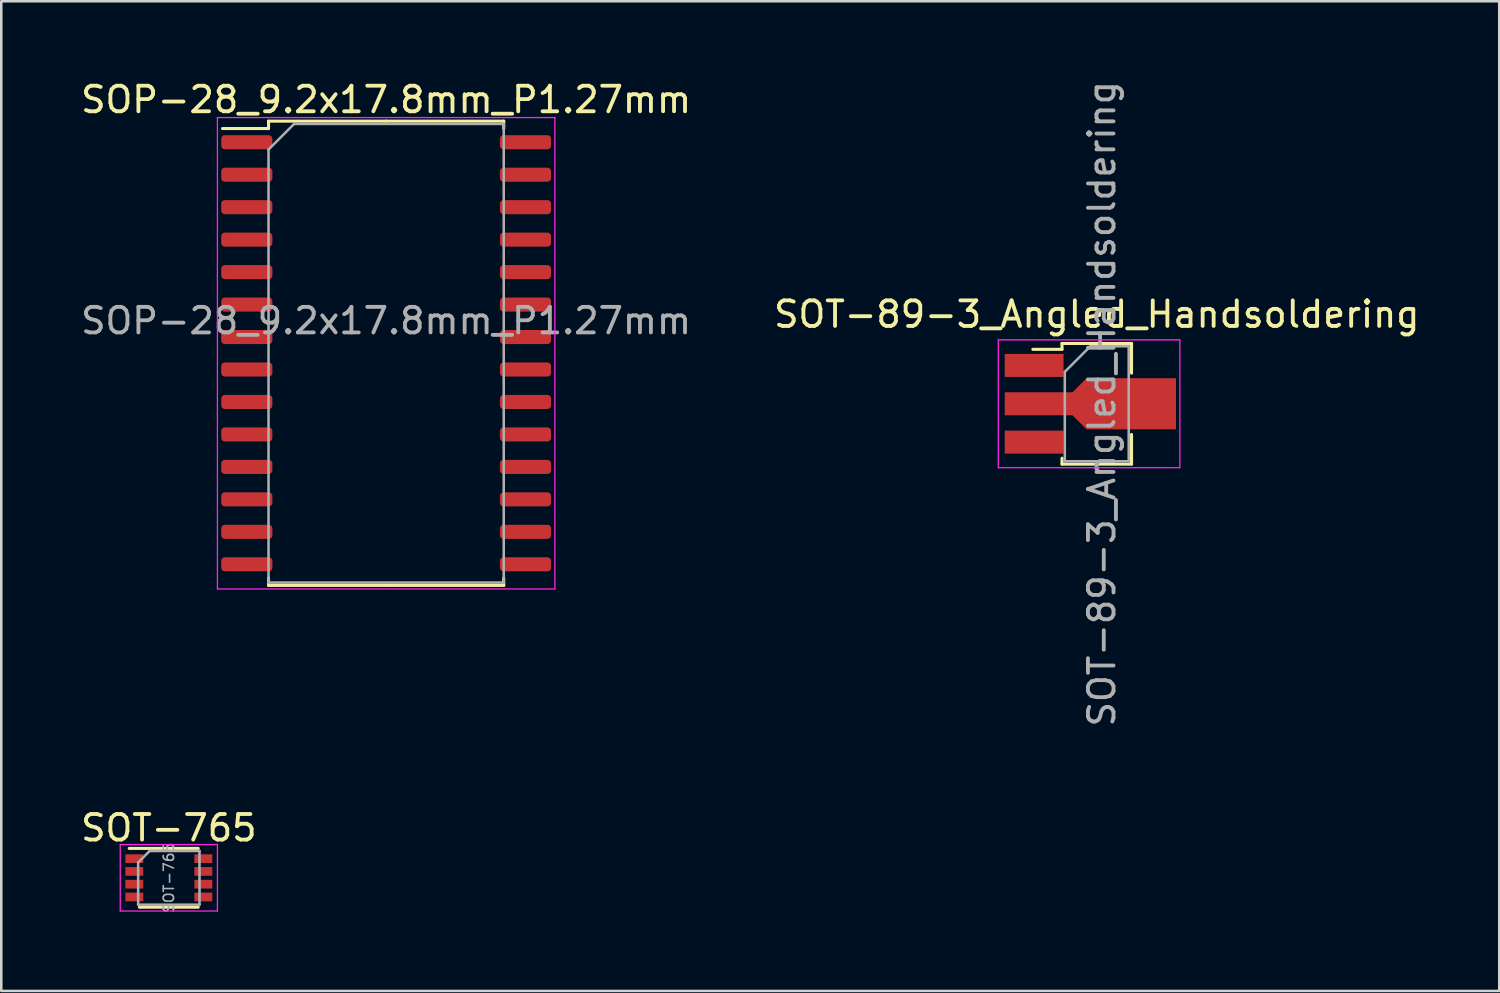
<source format=kicad_pcb>
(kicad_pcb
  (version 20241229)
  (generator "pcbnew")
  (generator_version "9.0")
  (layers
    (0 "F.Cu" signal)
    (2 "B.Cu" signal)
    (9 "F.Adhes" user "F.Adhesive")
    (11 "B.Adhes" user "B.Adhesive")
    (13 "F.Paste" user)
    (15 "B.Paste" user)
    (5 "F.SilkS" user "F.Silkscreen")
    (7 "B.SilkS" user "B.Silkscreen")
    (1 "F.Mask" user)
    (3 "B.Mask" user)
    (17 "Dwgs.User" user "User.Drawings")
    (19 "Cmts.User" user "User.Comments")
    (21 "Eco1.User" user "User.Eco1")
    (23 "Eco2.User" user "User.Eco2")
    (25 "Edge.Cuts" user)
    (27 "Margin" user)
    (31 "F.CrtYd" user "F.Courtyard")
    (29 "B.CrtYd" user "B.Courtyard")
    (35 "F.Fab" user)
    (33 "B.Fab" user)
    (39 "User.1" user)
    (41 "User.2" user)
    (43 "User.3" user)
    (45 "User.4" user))
  (footprint "SOT-89-3_Angled_Handsoldering"
    (layer "F.Cu")
    (at 39.551 12.744)
    (property "Reference" "SOT-89-3_Angled_Handsoldering" (at 0.3 -3.5 0) (layer "F.SilkS") (effects (font (size 1 1) (thickness 0.15))))
    (attr smd)
    (fp_line (start -2.2 -2.13) (end -1.06 -2.13) (stroke (width 0.12) (type solid)) (layer "F.SilkS"))
    (fp_line (start -1.06 -2.36) (end -1.06 -2.13) (stroke (width 0.12) (type solid)) (layer "F.SilkS"))
    (fp_line (start -1.06 -2.36) (end 1.66 -2.36) (stroke (width 0.12) (type solid)) (layer "F.SilkS"))
    (fp_line (start -1.06 2.36) (end -1.06 2.13) (stroke (width 0.12) (type solid)) (layer "F.SilkS"))
    (fp_line (start 1.66 -2.36) (end 1.66 -1.2) (stroke (width 0.12) (type solid)) (layer "F.SilkS"))
    (fp_line (start 1.66 1.2) (end 1.66 2.36) (stroke (width 0.12) (type solid)) (layer "F.SilkS"))
    (fp_line (start 1.66 2.36) (end -1.06 2.36) (stroke (width 0.12) (type solid)) (layer "F.SilkS"))
    (fp_line (start -3.55 2.5) (end -3.55 -2.5) (stroke (width 0.05) (type solid)) (layer "F.CrtYd"))
    (fp_line (start -3.55 2.5) (end 3.55 2.5) (stroke (width 0.05) (type solid)) (layer "F.CrtYd"))
    (fp_line (start 3.55 -2.5) (end -3.55 -2.5) (stroke (width 0.05) (type solid)) (layer "F.CrtYd"))
    (fp_line (start 3.55 -2.5) (end 3.55 2.5) (stroke (width 0.05) (type solid)) (layer "F.CrtYd"))
    (fp_line (start -0.95 -1.25) (end 0.05 -2.25) (stroke (width 0.1) (type solid)) (layer "F.Fab"))
    (fp_line (start -0.95 2.25) (end -0.95 -1.25) (stroke (width 0.1) (type solid)) (layer "F.Fab"))
    (fp_line (start 0.05 -2.25) (end 1.55 -2.25) (stroke (width 0.1) (type solid)) (layer "F.Fab"))
    (fp_line (start 1.55 -2.25) (end 1.55 2.25) (stroke (width 0.1) (type solid)) (layer "F.Fab"))
    (fp_line (start 1.55 2.25) (end -0.95 2.25) (stroke (width 0.1) (type solid)) (layer "F.Fab"))
    (fp_text user "${REFERENCE}" (at 0.5 0 90) (layer "F.Fab") (effects (font (size 1 1) (thickness 0.15))))
    (pad "1" smd rect (at -2.15 -1.5) (size 2.3 0.9) (layers "F.Cu" "F.Mask" "F.Paste"))
    (pad "2" smd custom (at -0.1 0) (size 2.7 0.9) (layers "F.Cu" "F.Mask" "F.Paste") (options (anchor rect)) (primitives (gr_poly (pts (xy 3.5 1) (xy 0 1) (xy -0.55 0.45) (xy -3.2 0.45) (xy -3.2 -0.45) (xy -0.55 -0.45) (xy 0 -1) (xy 3.5 -1)) (width 0) (fill yes))))
    (pad "3" smd rect (at -2.15 1.5) (size 2.3 0.9) (layers "F.Cu" "F.Mask" "F.Paste")))
  (footprint "SOT-765"
    (layer "F.Cu")
    (at 3.554 31.286)
    (property "Reference" "SOT-765" (at 0 -1.95 0) (layer "F.SilkS") (effects (font (size 1 1) (thickness 0.15))))
    (attr smd)
    (fp_line (start -1.55 -1.15) (end 1.15 -1.15) (stroke (width 0.12) (type solid)) (layer "F.SilkS"))
    (fp_line (start 1.15 1.15) (end -1.15 1.15) (stroke (width 0.12) (type solid)) (layer "F.SilkS"))
    (fp_line (start -1.9 -1.3) (end -1.9 1.3) (stroke (width 0.05) (type solid)) (layer "F.CrtYd"))
    (fp_line (start -1.9 -1.3) (end 1.9 -1.3) (stroke (width 0.05) (type solid)) (layer "F.CrtYd"))
    (fp_line (start 1.9 1.3) (end -1.9 1.3) (stroke (width 0.05) (type solid)) (layer "F.CrtYd"))
    (fp_line (start 1.9 1.3) (end 1.9 -1.3) (stroke (width 0.05) (type solid)) (layer "F.CrtYd"))
    (fp_line (start -1.2 -0.6) (end -1.2 1.05) (stroke (width 0.1) (type solid)) (layer "F.Fab"))
    (fp_line (start -1.2 -0.6) (end -0.75 -1.05) (stroke (width 0.1) (type solid)) (layer "F.Fab"))
    (fp_line (start -1.2 1.05) (end 1.2 1.05) (stroke (width 0.1) (type solid)) (layer "F.Fab"))
    (fp_line (start 1.2 -1.05) (end -0.75 -1.05) (stroke (width 0.1) (type solid)) (layer "F.Fab"))
    (fp_line (start 1.2 1.05) (end 1.2 -1.05) (stroke (width 0.1) (type solid)) (layer "F.Fab"))
    (fp_text user "${REFERENCE}" (at 0 0 90) (layer "F.Fab") (effects (font (size 0.4 0.4) (thickness 0.062))))
    (pad "1" smd rect (at -1.35 -0.75) (size 0.7 0.34) (layers "F.Cu" "F.Mask" "F.Paste"))
    (pad "2" smd rect (at -1.35 -0.25) (size 0.7 0.34) (layers "F.Cu" "F.Mask" "F.Paste"))
    (pad "3" smd rect (at -1.35 0.25) (size 0.7 0.34) (layers "F.Cu" "F.Mask" "F.Paste"))
    (pad "4" smd rect (at -1.35 0.75) (size 0.7 0.34) (layers "F.Cu" "F.Mask" "F.Paste"))
    (pad "5" smd rect (at 1.35 0.75) (size 0.7 0.34) (layers "F.Cu" "F.Mask" "F.Paste"))
    (pad "6" smd rect (at 1.35 0.25) (size 0.7 0.34) (layers "F.Cu" "F.Mask" "F.Paste"))
    (pad "7" smd rect (at 1.35 -0.25) (size 0.7 0.34) (layers "F.Cu" "F.Mask" "F.Paste"))
    (pad "8" smd rect (at 1.35 -0.75) (size 0.7 0.34) (layers "F.Cu" "F.Mask" "F.Paste")))
  (footprint "SOP-28_9.2x17.8mm_P1.27mm"
    (layer "F.Cu")
    (at 12.054 10.768)
    (property "Reference" "SOP-28_9.2x17.8mm_P1.27mm" (at 0 -9.92 0) (layer "F.SilkS") (effects (font (size 1 1) (thickness 0.15))))
    (attr smd)
    (fp_line (start -4.61 -8.79) (end -6.4 -8.79) (stroke (width 0.12) (type solid)) (layer "F.SilkS"))
    (fp_line (start -4.6 -9.08) (end -4.6 -8.79) (stroke (width 0.12) (type solid)) (layer "F.SilkS"))
    (fp_line (start -4.6 9.08) (end -4.6 8.79) (stroke (width 0.12) (type solid)) (layer "F.SilkS"))
    (fp_line (start 0 -9.08) (end -4.6 -9.08) (stroke (width 0.12) (type solid)) (layer "F.SilkS"))
    (fp_line (start 0 -9.08) (end 4.6 -9.08) (stroke (width 0.12) (type solid)) (layer "F.SilkS"))
    (fp_line (start 0 9.08) (end -4.6 9.08) (stroke (width 0.12) (type solid)) (layer "F.SilkS"))
    (fp_line (start 0 9.08) (end 4.6 9.08) (stroke (width 0.12) (type solid)) (layer "F.SilkS"))
    (fp_line (start 4.6 -9.08) (end 4.6 -8.79) (stroke (width 0.12) (type solid)) (layer "F.SilkS"))
    (fp_line (start 4.6 9.08) (end 4.6 8.79) (stroke (width 0.12) (type solid)) (layer "F.SilkS"))
    (fp_line (start -6.6 -9.22) (end -6.6 9.22) (stroke (width 0.05) (type solid)) (layer "F.CrtYd"))
    (fp_line (start -6.6 9.22) (end 6.6 9.22) (stroke (width 0.05) (type solid)) (layer "F.CrtYd"))
    (fp_line (start 6.6 -9.22) (end -6.6 -9.22) (stroke (width 0.05) (type solid)) (layer "F.CrtYd"))
    (fp_line (start 6.6 9.22) (end 6.6 -9.22) (stroke (width 0.05) (type solid)) (layer "F.CrtYd"))
    (fp_line (start -4.6 -7.97) (end -3.6 -8.97) (stroke (width 0.1) (type solid)) (layer "F.Fab"))
    (fp_line (start -4.6 8.97) (end -4.6 -7.97) (stroke (width 0.1) (type solid)) (layer "F.Fab"))
    (fp_line (start -3.6 -8.97) (end 4.6 -8.97) (stroke (width 0.1) (type solid)) (layer "F.Fab"))
    (fp_line (start 4.6 -8.97) (end 4.6 8.97) (stroke (width 0.1) (type solid)) (layer "F.Fab"))
    (fp_line (start 4.6 8.97) (end -4.6 8.97) (stroke (width 0.1) (type solid)) (layer "F.Fab"))
    (fp_text user "${REFERENCE}" (at 0 -1.27 0) (layer "F.Fab") (effects (font (size 1 1) (thickness 0.15))))
    (pad "1" smd roundrect (at -5.45 -8.255) (size 2 0.55) (layers "F.Cu" "F.Mask" "F.Paste") (roundrect_rratio 0.25))
    (pad "2" smd roundrect (at -5.45 -6.985) (size 2 0.55) (layers "F.Cu" "F.Mask" "F.Paste") (roundrect_rratio 0.25))
    (pad "3" smd roundrect (at -5.45 -5.715) (size 2 0.55) (layers "F.Cu" "F.Mask" "F.Paste") (roundrect_rratio 0.25))
    (pad "4" smd roundrect (at -5.45 -4.445) (size 2 0.55) (layers "F.Cu" "F.Mask" "F.Paste") (roundrect_rratio 0.25))
    (pad "5" smd roundrect (at -5.45 -3.175) (size 2 0.55) (layers "F.Cu" "F.Mask" "F.Paste") (roundrect_rratio 0.25))
    (pad "6" smd roundrect (at -5.45 -1.905) (size 2 0.55) (layers "F.Cu" "F.Mask" "F.Paste") (roundrect_rratio 0.25))
    (pad "7" smd roundrect (at -5.45 -0.635) (size 2 0.55) (layers "F.Cu" "F.Mask" "F.Paste") (roundrect_rratio 0.25))
    (pad "8" smd roundrect (at -5.45 0.635) (size 2 0.55) (layers "F.Cu" "F.Mask" "F.Paste") (roundrect_rratio 0.25))
    (pad "9" smd roundrect (at -5.45 1.905) (size 2 0.55) (layers "F.Cu" "F.Mask" "F.Paste") (roundrect_rratio 0.25))
    (pad "10" smd roundrect (at -5.45 3.175) (size 2 0.55) (layers "F.Cu" "F.Mask" "F.Paste") (roundrect_rratio 0.25))
    (pad "11" smd roundrect (at -5.45 4.445) (size 2 0.55) (layers "F.Cu" "F.Mask" "F.Paste") (roundrect_rratio 0.25))
    (pad "12" smd roundrect (at -5.45 5.715) (size 2 0.55) (layers "F.Cu" "F.Mask" "F.Paste") (roundrect_rratio 0.25))
    (pad "13" smd roundrect (at -5.45 6.985) (size 2 0.55) (layers "F.Cu" "F.Mask" "F.Paste") (roundrect_rratio 0.25))
    (pad "14" smd roundrect (at -5.45 8.255) (size 2 0.55) (layers "F.Cu" "F.Mask" "F.Paste") (roundrect_rratio 0.25))
    (pad "15" smd roundrect (at 5.45 8.255) (size 2 0.55) (layers "F.Cu" "F.Mask" "F.Paste") (roundrect_rratio 0.25))
    (pad "16" smd roundrect (at 5.45 6.985) (size 2 0.55) (layers "F.Cu" "F.Mask" "F.Paste") (roundrect_rratio 0.25))
    (pad "17" smd roundrect (at 5.45 5.715) (size 2 0.55) (layers "F.Cu" "F.Mask" "F.Paste") (roundrect_rratio 0.25))
    (pad "18" smd roundrect (at 5.45 4.445) (size 2 0.55) (layers "F.Cu" "F.Mask" "F.Paste") (roundrect_rratio 0.25))
    (pad "19" smd roundrect (at 5.45 3.175) (size 2 0.55) (layers "F.Cu" "F.Mask" "F.Paste") (roundrect_rratio 0.25))
    (pad "20" smd roundrect (at 5.45 1.905) (size 2 0.55) (layers "F.Cu" "F.Mask" "F.Paste") (roundrect_rratio 0.25))
    (pad "21" smd roundrect (at 5.45 0.635) (size 2 0.55) (layers "F.Cu" "F.Mask" "F.Paste") (roundrect_rratio 0.25))
    (pad "22" smd roundrect (at 5.45 -0.635) (size 2 0.55) (layers "F.Cu" "F.Mask" "F.Paste") (roundrect_rratio 0.25))
    (pad "23" smd roundrect (at 5.45 -1.905) (size 2 0.55) (layers "F.Cu" "F.Mask" "F.Paste") (roundrect_rratio 0.25))
    (pad "24" smd roundrect (at 5.45 -3.175) (size 2 0.55) (layers "F.Cu" "F.Mask" "F.Paste") (roundrect_rratio 0.25))
    (pad "25" smd roundrect (at 5.45 -4.445) (size 2 0.55) (layers "F.Cu" "F.Mask" "F.Paste") (roundrect_rratio 0.25))
    (pad "26" smd roundrect (at 5.45 -5.715) (size 2 0.55) (layers "F.Cu" "F.Mask" "F.Paste") (roundrect_rratio 0.25))
    (pad "27" smd roundrect (at 5.45 -6.985) (size 2 0.55) (layers "F.Cu" "F.Mask" "F.Paste") (roundrect_rratio 0.25))
    (pad "28" smd roundrect (at 5.45 -8.255) (size 2 0.55) (layers "F.Cu" "F.Mask" "F.Paste") (roundrect_rratio 0.25)))
  (gr_rect
    (start -3 -3)
    (end 55.595 35.712)
    (stroke (width 0.1) (type default))
    (fill no)
    (layer "Edge.Cuts")))
</source>
